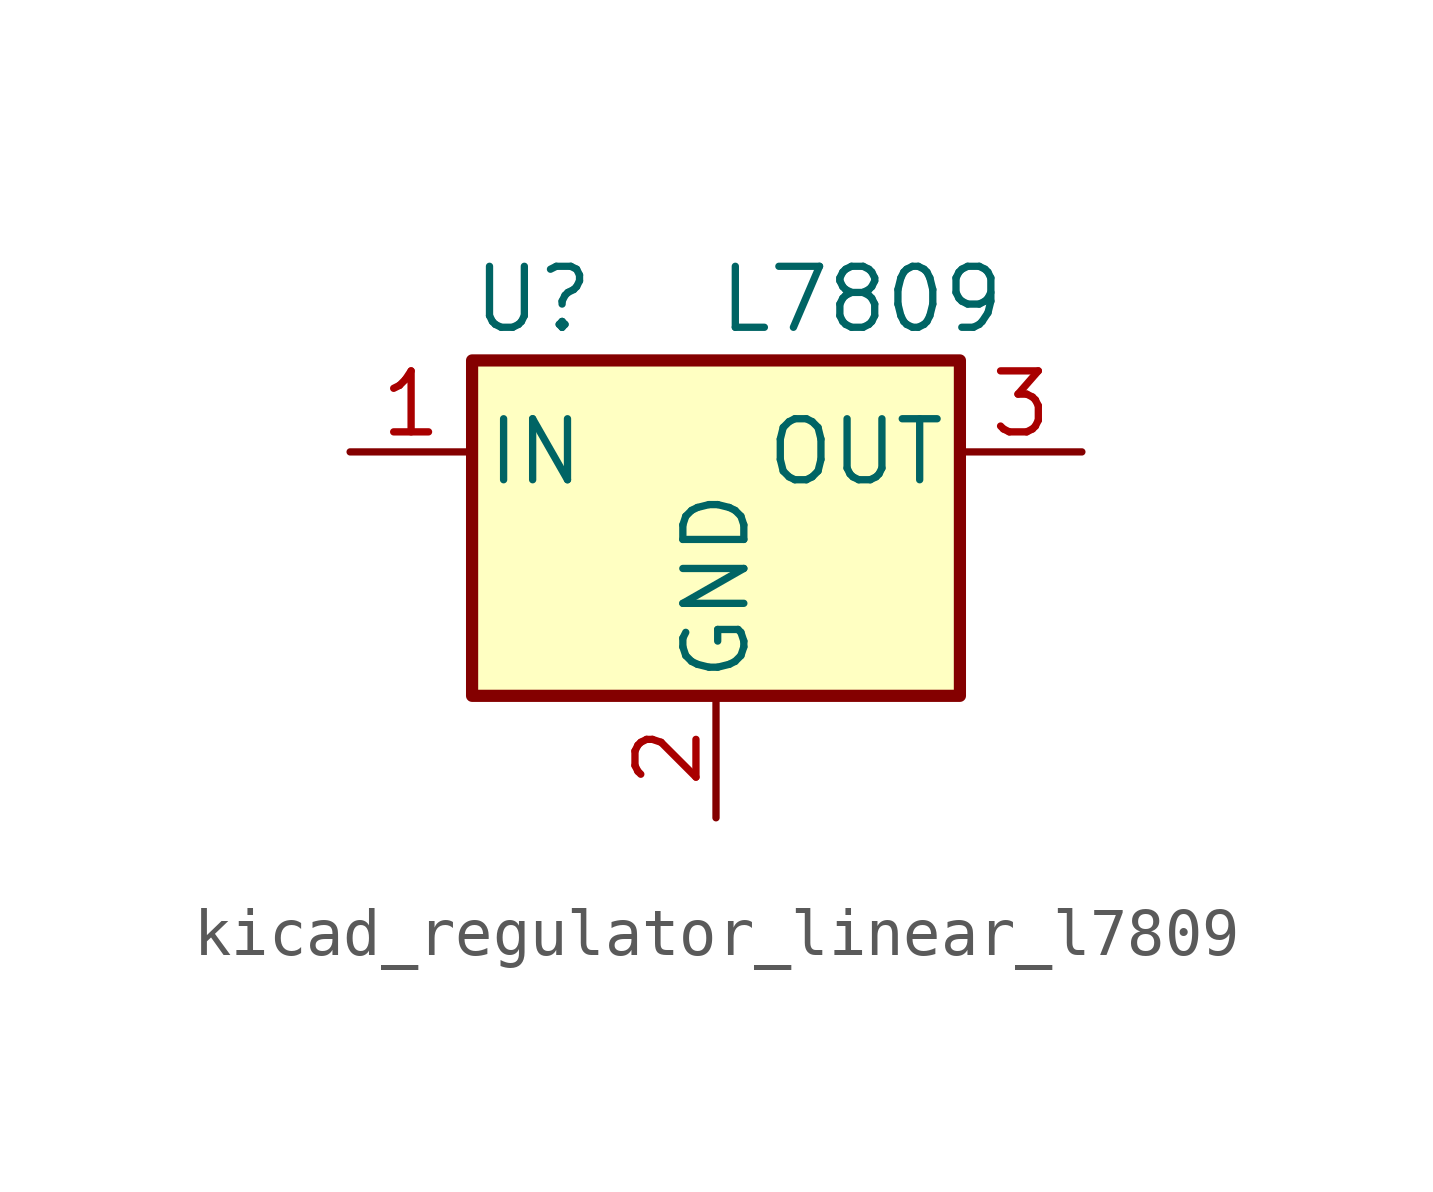
<source format=kicad_sym>
(kicad_symbol_lib
  (version 20220914)
  (generator kicad_symbol_editor)
  (symbol "kicad_regulator_linear_l7809"
    (pin_names
      (offset 0.254))
    (property "Reference" "U"
      (at -3.81 3.175 0)
      (effects (font (size 1.27 1.27))))
    (property "Value" "L7809"
      (at 0 3.175 0)
      (effects (font (size 1.27 1.27)) (justify left)))
    (symbol "kicad_regulator_linear_l7809_0_1"
      (rectangle (start -5.08 1.905) (end 5.08 -5.08) (stroke (width 0.254) (type default)) (fill (type background))))
    (symbol "kicad_regulator_linear_l7809_1_1"
      (pin power_in line (at -7.62 0 0) (length 2.54) (name "IN" (effects (font (size 1.27 1.27)))) (number "1" (effects (font (size 1.27 1.27)))))
      (pin power_in line (at 0 -7.62 90) (length 2.54) (name "GND" (effects (font (size 1.27 1.27)))) (number "2" (effects (font (size 1.27 1.27)))))
      (pin power_out line (at 7.62 0 180) (length 2.54) (name "OUT" (effects (font (size 1.27 1.27)))) (number "3" (effects (font (size 1.27 1.27))))))))
</source>
